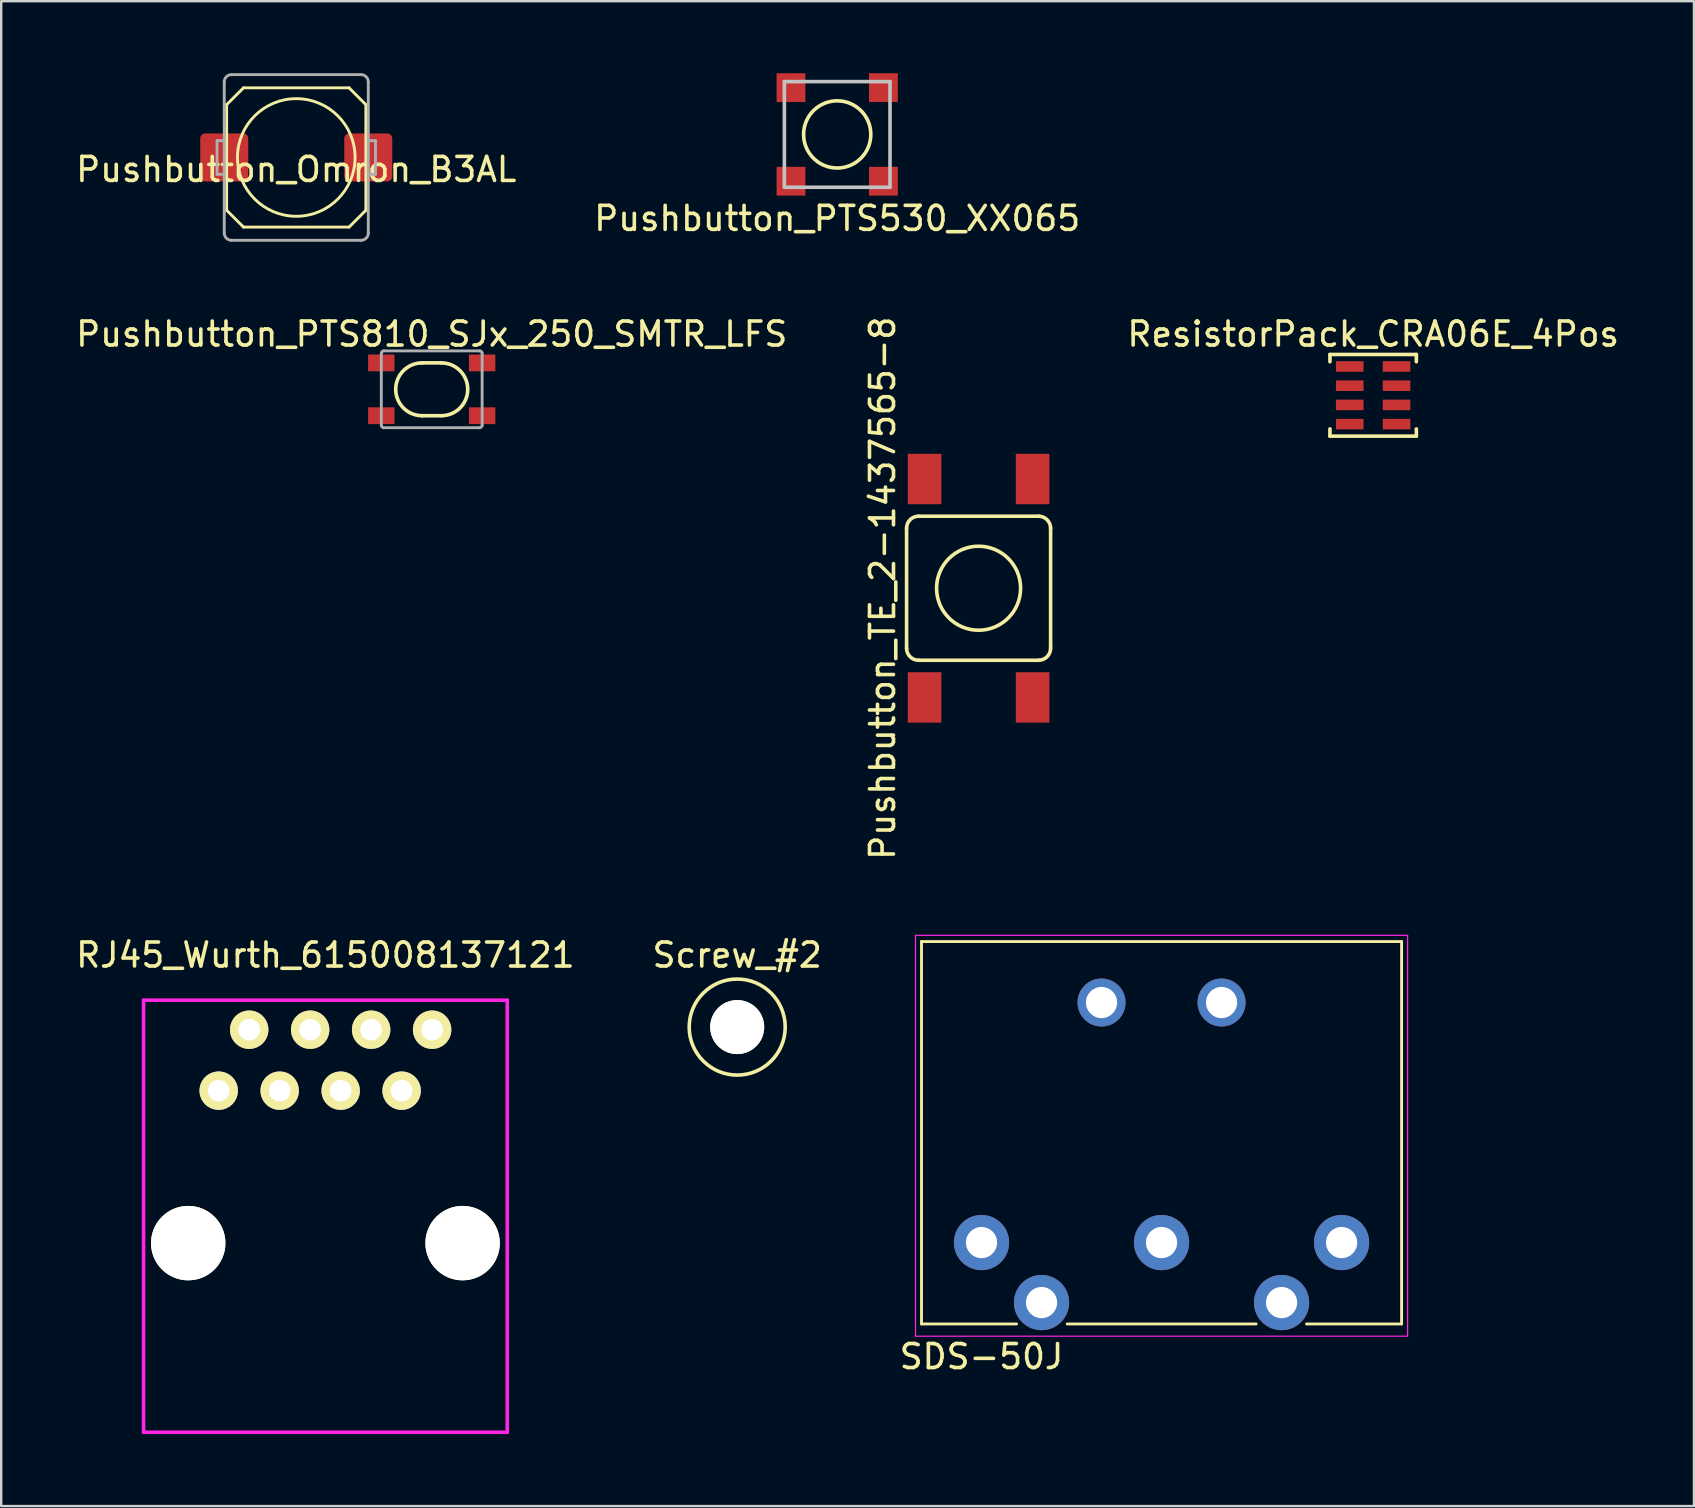
<source format=kicad_pcb>
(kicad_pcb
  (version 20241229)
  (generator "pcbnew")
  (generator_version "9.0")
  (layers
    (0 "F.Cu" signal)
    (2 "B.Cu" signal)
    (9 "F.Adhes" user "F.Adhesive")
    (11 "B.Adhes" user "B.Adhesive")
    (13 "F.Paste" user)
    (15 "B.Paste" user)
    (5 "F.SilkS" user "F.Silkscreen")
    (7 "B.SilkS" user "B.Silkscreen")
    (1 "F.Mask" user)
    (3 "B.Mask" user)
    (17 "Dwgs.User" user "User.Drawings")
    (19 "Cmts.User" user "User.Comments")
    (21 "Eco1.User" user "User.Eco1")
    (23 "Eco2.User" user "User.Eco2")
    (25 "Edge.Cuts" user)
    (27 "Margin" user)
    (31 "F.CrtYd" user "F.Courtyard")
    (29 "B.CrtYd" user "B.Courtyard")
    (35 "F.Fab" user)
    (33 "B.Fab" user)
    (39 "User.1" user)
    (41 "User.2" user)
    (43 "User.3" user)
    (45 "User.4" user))
  (footprint "SDS-50J"
    (layer "F.Cu")
    (at 37.839 48.714)
    (property "Reference" "SDS-50J" (at 0 4.75 0) (layer "F.SilkS") (effects (font (size 1 1) (thickness 0.15))))
    (attr through_hole)
    (fp_line (start -2.5 3.39) (end -2.5 -12.54) (stroke (width 0.12) (type solid)) (layer "F.SilkS"))
    (fp_line (start 1.46 3.39) (end -2.5 3.39) (stroke (width 0.12) (type solid)) (layer "F.SilkS"))
    (fp_line (start 11.44 3.39) (end 3.57 3.39) (stroke (width 0.12) (type solid)) (layer "F.SilkS"))
    (fp_line (start 17.5 -12.54) (end -2.5 -12.54) (stroke (width 0.12) (type solid)) (layer "F.SilkS"))
    (fp_line (start 17.5 3.39) (end 13.54 3.39) (stroke (width 0.12) (type solid)) (layer "F.SilkS"))
    (fp_line (start 17.5 3.39) (end 17.5 -12.54) (stroke (width 0.12) (type solid)) (layer "F.SilkS"))
    (fp_line (start -2.75 -12.8) (end -2.75 3.9) (stroke (width 0.05) (type solid)) (layer "F.CrtYd"))
    (fp_line (start 17.75 -12.8) (end -2.75 -12.8) (stroke (width 0.05) (type solid)) (layer "F.CrtYd"))
    (fp_line (start 17.75 3.9) (end -2.75 3.9) (stroke (width 0.05) (type solid)) (layer "F.CrtYd"))
    (fp_line (start 17.75 3.9) (end 17.75 -12.8) (stroke (width 0.05) (type solid)) (layer "F.CrtYd"))
    (pad "" thru_hole circle (at 5 -10) (size 2 2) (drill 1.3) (layers "*.Cu" "*.Mask"))
    (pad "" thru_hole circle (at 10 -10) (size 2 2) (drill 1.3) (layers "*.Cu" "*.Mask"))
    (pad "1" thru_hole circle (at 0 0) (size 2.3 2.3) (drill 1.3) (layers "*.Cu" "*.Mask"))
    (pad "2" thru_hole circle (at 7.5 0) (size 2.3 2.3) (drill 1.3) (layers "*.Cu" "*.Mask"))
    (pad "3" thru_hole circle (at 15 0) (size 2.3 2.3) (drill 1.3) (layers "*.Cu" "*.Mask"))
    (pad "4" thru_hole circle (at 2.5 2.5) (size 2.3 2.3) (drill 1.3) (layers "*.Cu" "*.Mask"))
    (pad "5" thru_hole circle (at 12.5 2.5) (size 2.3 2.3) (drill 1.3) (layers "*.Cu" "*.Mask")))
  (footprint "Pushbutton_TE_2-1437565-8"
    (layer "F.Cu")
    (at 37.717 21.455)
    (property "Reference" "Pushbutton_TE_2-1437565-8" (at -4 0 90) (layer "F.SilkS") (effects (font (size 1 1) (thickness 0.15))))
    (attr through_hole)
    (fp_line (start -3 2.5) (end -3 -2.5) (stroke (width 0.15) (type solid)) (layer "F.SilkS"))
    (fp_line (start -2.5 -3) (end 2.5 -3) (stroke (width 0.15) (type solid)) (layer "F.SilkS"))
    (fp_line (start 2.5 3) (end -2.5 3) (stroke (width 0.15) (type solid)) (layer "F.SilkS"))
    (fp_line (start 3 -2.5) (end 3 2.5) (stroke (width 0.15) (type solid)) (layer "F.SilkS"))
    (fp_arc (start -3 -2.5) (mid -2.853553 -2.853553) (end -2.5 -3) (stroke (width 0.15) (type solid)) (layer "F.SilkS"))
    (fp_arc (start -2.5 3) (mid -2.853553 2.853553) (end -3 2.5) (stroke (width 0.15) (type solid)) (layer "F.SilkS"))
    (fp_arc (start 2.5 -3) (mid 2.853553 -2.853553) (end 3 -2.5) (stroke (width 0.15) (type solid)) (layer "F.SilkS"))
    (fp_arc (start 3 2.5) (mid 2.853553 2.853553) (end 2.5 3) (stroke (width 0.15) (type solid)) (layer "F.SilkS"))
    (fp_circle (center 0 0) (end 1.75 0) (stroke (width 0.15) (type solid)) (fill no) (layer "F.SilkS"))
    (pad "1" smd rect (at 2.25 -4.55) (size 1.4 2.1) (layers "F.Cu" "F.Mask" "F.Paste"))
    (pad "1" smd rect (at 2.25 4.55) (size 1.4 2.1) (layers "F.Cu" "F.Mask" "F.Paste"))
    (pad "2" smd rect (at -2.25 -4.55) (size 1.4 2.1) (layers "F.Cu" "F.Mask" "F.Paste"))
    (pad "2" smd rect (at -2.25 4.55) (size 1.4 2.1) (layers "F.Cu" "F.Mask" "F.Paste")))
  (footprint "Screw_#2"
    (layer "F.Cu")
    (at 27.661 39.737)
    (property "Reference" "Screw_#2" (at 0 -3 0) (layer "F.SilkS") (effects (font (size 1 1) (thickness 0.15))))
    (attr through_hole)
    (fp_circle (center 0 0) (end 2 0) (stroke (width 0.15) (type solid)) (fill no) (layer "F.SilkS"))
    (fp_circle (center 0 0) (end 1.5 0) (stroke (width 0.15) (type solid)) (fill no) (layer "Eco1.User"))
    (pad "" np_thru_hole circle (at 0 0) (size 2.25 2.25) (drill 2.25) (layers "*.Cu" "*.Mask" "F.SilkS")))
  (footprint "RJ45_Wurth_615008137121"
    (layer "F.Cu")
    (at 10.506 48.737)
    (property "Reference" "RJ45_Wurth_615008137121" (at 0 -12 0) (layer "F.SilkS") (effects (font (size 1 1) (thickness 0.15))))
    (attr through_hole)
    (fp_line (start -7.575 -10.12) (end -7.575 7.88) (stroke (width 0.15) (type solid)) (layer "F.CrtYd"))
    (fp_line (start -7.575 -10.12) (end 7.575 -10.12) (stroke (width 0.15) (type solid)) (layer "F.CrtYd"))
    (fp_line (start -7.575 7.88) (end 7.575 7.88) (stroke (width 0.15) (type solid)) (layer "F.CrtYd"))
    (fp_line (start 7.575 -10.12) (end 7.575 7.88) (stroke (width 0.15) (type solid)) (layer "F.CrtYd"))
    (pad "" np_thru_hole circle (at -5.715 0) (size 3.1 3.1) (drill 3.1) (layers "*.Cu" "*.Mask" "F.SilkS"))
    (pad "" np_thru_hole circle (at 5.715 0) (size 3.1 3.1) (drill 3.1) (layers "*.Cu" "*.Mask" "F.SilkS"))
    (pad "1" thru_hole circle (at -4.445 -6.35) (size 1.6 1.6) (drill 0.9) (layers "*.Cu" "*.Mask" "F.SilkS"))
    (pad "2" thru_hole circle (at -3.175 -8.89) (size 1.6 1.6) (drill 0.9) (layers "*.Cu" "*.Mask" "F.SilkS"))
    (pad "3" thru_hole circle (at -1.905 -6.35) (size 1.6 1.6) (drill 0.9) (layers "*.Cu" "*.Mask" "F.SilkS"))
    (pad "4" thru_hole circle (at -0.635 -8.89) (size 1.6 1.6) (drill 0.9) (layers "*.Cu" "*.Mask" "F.SilkS"))
    (pad "5" thru_hole circle (at 0.636 -6.35) (size 1.6 1.6) (drill 0.9) (layers "*.Cu" "*.Mask" "F.SilkS"))
    (pad "6" thru_hole circle (at 1.905 -8.89) (size 1.6 1.6) (drill 0.9) (layers "*.Cu" "*.Mask" "F.SilkS"))
    (pad "7" thru_hole circle (at 3.175 -6.35) (size 1.6 1.6) (drill 0.9) (layers "*.Cu" "*.Mask" "F.SilkS"))
    (pad "8" thru_hole circle (at 4.445 -8.89) (size 1.6 1.6) (drill 0.9) (layers "*.Cu" "*.Mask" "F.SilkS")))
  (footprint "ResistorPack_CRA06E_4Pos"
    (layer "F.Cu")
    (at 54.154 13.418)
    (property "Reference" "ResistorPack_CRA06E_4Pos" (at 0.002 -2.55 0) (layer "F.SilkS") (effects (font (size 1 1) (thickness 0.15))))
    (attr through_hole)
    (fp_line (start -1.8 -1.7) (end -1.8 -1.4) (stroke (width 0.15) (type solid)) (layer "F.SilkS"))
    (fp_line (start -1.8 1.4) (end -1.8 1.7) (stroke (width 0.15) (type solid)) (layer "F.SilkS"))
    (fp_line (start -1.8 1.7) (end 1.8 1.7) (stroke (width 0.15) (type solid)) (layer "F.SilkS"))
    (fp_line (start 1.8 -1.7) (end -1.8 -1.7) (stroke (width 0.15) (type solid)) (layer "F.SilkS"))
    (fp_line (start 1.8 -1.4) (end 1.8 -1.7) (stroke (width 0.15) (type solid)) (layer "F.SilkS"))
    (fp_line (start 1.8 1.7) (end 1.8 1.4) (stroke (width 0.15) (type solid)) (layer "F.SilkS"))
    (pad "1" smd rect (at -0.975 -1.2) (size 1.15 0.44) (layers "F.Cu" "F.Mask" "F.Paste"))
    (pad "2" smd rect (at -0.975 -0.4) (size 1.15 0.44) (layers "F.Cu" "F.Mask" "F.Paste"))
    (pad "3" smd rect (at -0.975 0.4) (size 1.15 0.44) (layers "F.Cu" "F.Mask" "F.Paste"))
    (pad "4" smd rect (at -0.975 1.2) (size 1.15 0.44) (layers "F.Cu" "F.Mask" "F.Paste"))
    (pad "5" smd rect (at 0.975 1.2) (size 1.15 0.44) (layers "F.Cu" "F.Mask" "F.Paste"))
    (pad "6" smd rect (at 0.975 0.4) (size 1.15 0.44) (layers "F.Cu" "F.Mask" "F.Paste"))
    (pad "7" smd rect (at 0.975 -0.4) (size 1.15 0.44) (layers "F.Cu" "F.Mask" "F.Paste"))
    (pad "8" smd rect (at 0.975 -1.2) (size 1.15 0.44) (layers "F.Cu" "F.Mask" "F.Paste")))
  (footprint "Pushbutton_PTS810_SJx_250_SMTR_LFS"
    (layer "F.Cu")
    (at 14.935 13.168)
    (property "Reference" "Pushbutton_PTS810_SJx_250_SMTR_LFS" (at 0 -2.3 0) (layer "F.SilkS") (effects (font (size 1 1) (thickness 0.15))))
    (attr through_hole)
    (fp_line (start -0.4 1.1) (end 0.4 1.1) (stroke (width 0.15) (type solid)) (layer "F.SilkS"))
    (fp_line (start 0.4 -1.1) (end -0.4 -1.1) (stroke (width 0.15) (type solid)) (layer "F.SilkS"))
    (fp_arc (start -0.4 1.1) (mid -1.5 0) (end -0.4 -1.1) (stroke (width 0.15) (type solid)) (layer "F.SilkS"))
    (fp_arc (start 0.4 -1.1) (mid 1.5 0) (end 0.4 1.1) (stroke (width 0.15) (type solid)) (layer "F.SilkS"))
    (fp_line (start -2.1 1.5) (end -2.1 -1.5) (stroke (width 0.12) (type solid)) (layer "F.Fab"))
    (fp_line (start -2 -1.6) (end 2 -1.6) (stroke (width 0.12) (type solid)) (layer "F.Fab"))
    (fp_line (start 2 1.6) (end -2 1.6) (stroke (width 0.12) (type solid)) (layer "F.Fab"))
    (fp_line (start 2.1 -1.5) (end 2.1 1.5) (stroke (width 0.12) (type solid)) (layer "F.Fab"))
    (fp_arc (start -2.1 -1.5) (mid -2.070711 -1.570711) (end -2 -1.6) (stroke (width 0.12) (type solid)) (layer "F.Fab"))
    (fp_arc (start -2 1.6) (mid -2.070711 1.570711) (end -2.1 1.5) (stroke (width 0.12) (type solid)) (layer "F.Fab"))
    (fp_arc (start 2 -1.6) (mid 2.070711 -1.570711) (end 2.1 -1.5) (stroke (width 0.12) (type solid)) (layer "F.Fab"))
    (fp_arc (start 2.1 1.5) (mid 2.070711 1.570711) (end 2 1.6) (stroke (width 0.12) (type solid)) (layer "F.Fab"))
    (pad "1" smd rect (at -2.1 -1.1) (size 1.1 0.7) (layers "F.Cu" "F.Mask" "F.Paste"))
    (pad "1" smd rect (at 2.1 -1.1) (size 1.1 0.7) (layers "F.Cu" "F.Mask" "F.Paste"))
    (pad "2" smd rect (at -2.1 1.1) (size 1.1 0.7) (layers "F.Cu" "F.Mask" "F.Paste"))
    (pad "2" smd rect (at 2.1 1.1) (size 1.1 0.7) (layers "F.Cu" "F.Mask" "F.Paste")))
  (footprint "Pushbutton_PTS530_XX065"
    (layer "F.Cu")
    (at 31.827 2.55)
    (property "Reference" "Pushbutton_PTS530_XX065" (at 0 3.5 0) (layer "F.SilkS") (effects (font (size 1 1) (thickness 0.15))))
    (attr through_hole)
    (fp_circle (center 0 0) (end 1.4 0) (stroke (width 0.15) (type solid)) (fill no) (layer "F.SilkS"))
    (fp_line (start -2.2 -2.2) (end 2.2 -2.2) (stroke (width 0.15) (type solid)) (layer "Dwgs.User"))
    (fp_line (start -2.2 2.2) (end -2.2 -2.2) (stroke (width 0.15) (type solid)) (layer "Dwgs.User"))
    (fp_line (start 2.2 -2.2) (end 2.2 2.2) (stroke (width 0.15) (type solid)) (layer "Dwgs.User"))
    (fp_line (start 2.2 2.2) (end -2.2 2.2) (stroke (width 0.15) (type solid)) (layer "Dwgs.User"))
    (pad "1" smd rect (at -1.925 -1.95) (size 1.2 1.2) (layers "F.Cu" "F.Mask" "F.Paste"))
    (pad "1" smd rect (at 1.925 -1.95) (size 1.2 1.2) (layers "F.Cu" "F.Mask" "F.Paste"))
    (pad "2" smd rect (at -1.925 1.95) (size 1.2 1.2) (layers "F.Cu" "F.Mask" "F.Paste"))
    (pad "2" smd rect (at 1.925 1.95) (size 1.2 1.2) (layers "F.Cu" "F.Mask" "F.Paste")))
  (footprint "Pushbutton_Omron_B3AL"
    (layer "F.Cu")
    (at 9.292 3.51)
    (property "Reference" "Pushbutton_Omron_B3AL" (at 0 0.5 0) (layer "F.SilkS") (effects (font (size 1 1) (thickness 0.15))))
    (attr through_hole)
    (fp_line (start -2.9 -2.2) (end -2.2 -2.9) (stroke (width 0.12) (type solid)) (layer "F.SilkS"))
    (fp_line (start -2.9 2.2) (end -2.9 -2.2) (stroke (width 0.12) (type solid)) (layer "F.SilkS"))
    (fp_line (start -2.2 -2.9) (end 2.2 -2.9) (stroke (width 0.12) (type solid)) (layer "F.SilkS"))
    (fp_line (start -2.2 2.9) (end -2.9 2.2) (stroke (width 0.12) (type solid)) (layer "F.SilkS"))
    (fp_line (start 2.2 -2.9) (end 2.9 -2.2) (stroke (width 0.12) (type solid)) (layer "F.SilkS"))
    (fp_line (start 2.2 2.9) (end -2.2 2.9) (stroke (width 0.12) (type solid)) (layer "F.SilkS"))
    (fp_line (start 2.9 -2.2) (end 2.9 2.2) (stroke (width 0.12) (type solid)) (layer "F.SilkS"))
    (fp_line (start 2.9 2.2) (end 2.2 2.9) (stroke (width 0.12) (type solid)) (layer "F.SilkS"))
    (fp_circle (center 0 0) (end 2.45 0) (stroke (width 0.12) (type solid)) (fill no) (layer "F.SilkS"))
    (fp_line (start -3.3 -0.7) (end -3 -0.7) (stroke (width 0.12) (type solid)) (layer "F.Fab"))
    (fp_line (start -3.3 0.7) (end -3.3 -0.7) (stroke (width 0.12) (type solid)) (layer "F.Fab"))
    (fp_line (start -3 0.7) (end -3.3 0.7) (stroke (width 0.12) (type solid)) (layer "F.Fab"))
    (fp_line (start -3 3.15) (end -3 -3.15) (stroke (width 0.12) (type solid)) (layer "F.Fab"))
    (fp_line (start -2.7 -3.45) (end 2.7 -3.45) (stroke (width 0.12) (type solid)) (layer "F.Fab"))
    (fp_line (start 2.7 3.45) (end -2.7 3.45) (stroke (width 0.12) (type solid)) (layer "F.Fab"))
    (fp_line (start 3 -3.15) (end 3 3.15) (stroke (width 0.12) (type solid)) (layer "F.Fab"))
    (fp_line (start 3 -0.7) (end 3.3 -0.7) (stroke (width 0.12) (type solid)) (layer "F.Fab"))
    (fp_line (start 3.3 -0.7) (end 3.3 0.7) (stroke (width 0.12) (type solid)) (layer "F.Fab"))
    (fp_line (start 3.3 0.7) (end 3 0.7) (stroke (width 0.12) (type solid)) (layer "F.Fab"))
    (fp_arc (start -3 -3.15) (mid -2.912132 -3.362132) (end -2.7 -3.45) (stroke (width 0.12) (type solid)) (layer "F.Fab"))
    (fp_arc (start -2.7 3.45) (mid -2.912132 3.362132) (end -3 3.15) (stroke (width 0.12) (type solid)) (layer "F.Fab"))
    (fp_arc (start 2.7 -3.45) (mid 2.912132 -3.362132) (end 3 -3.15) (stroke (width 0.12) (type solid)) (layer "F.Fab"))
    (fp_arc (start 3 3.15) (mid 2.912132 3.362132) (end 2.7 3.45) (stroke (width 0.12) (type solid)) (layer "F.Fab"))
    (pad "1" smd roundrect (at -3 0) (size 2 2) (layers "F.Cu" "F.Mask" "F.Paste") (roundrect_rratio 0.1))
    (pad "2" smd roundrect (at 3 0) (size 2 2) (layers "F.Cu" "F.Mask" "F.Paste") (roundrect_rratio 0.1)))
  (gr_rect
    (start -3 -3)
    (end 67.518 59.692)
    (stroke (width 0.1) (type default))
    (fill no)
    (layer "Edge.Cuts")))
</source>
